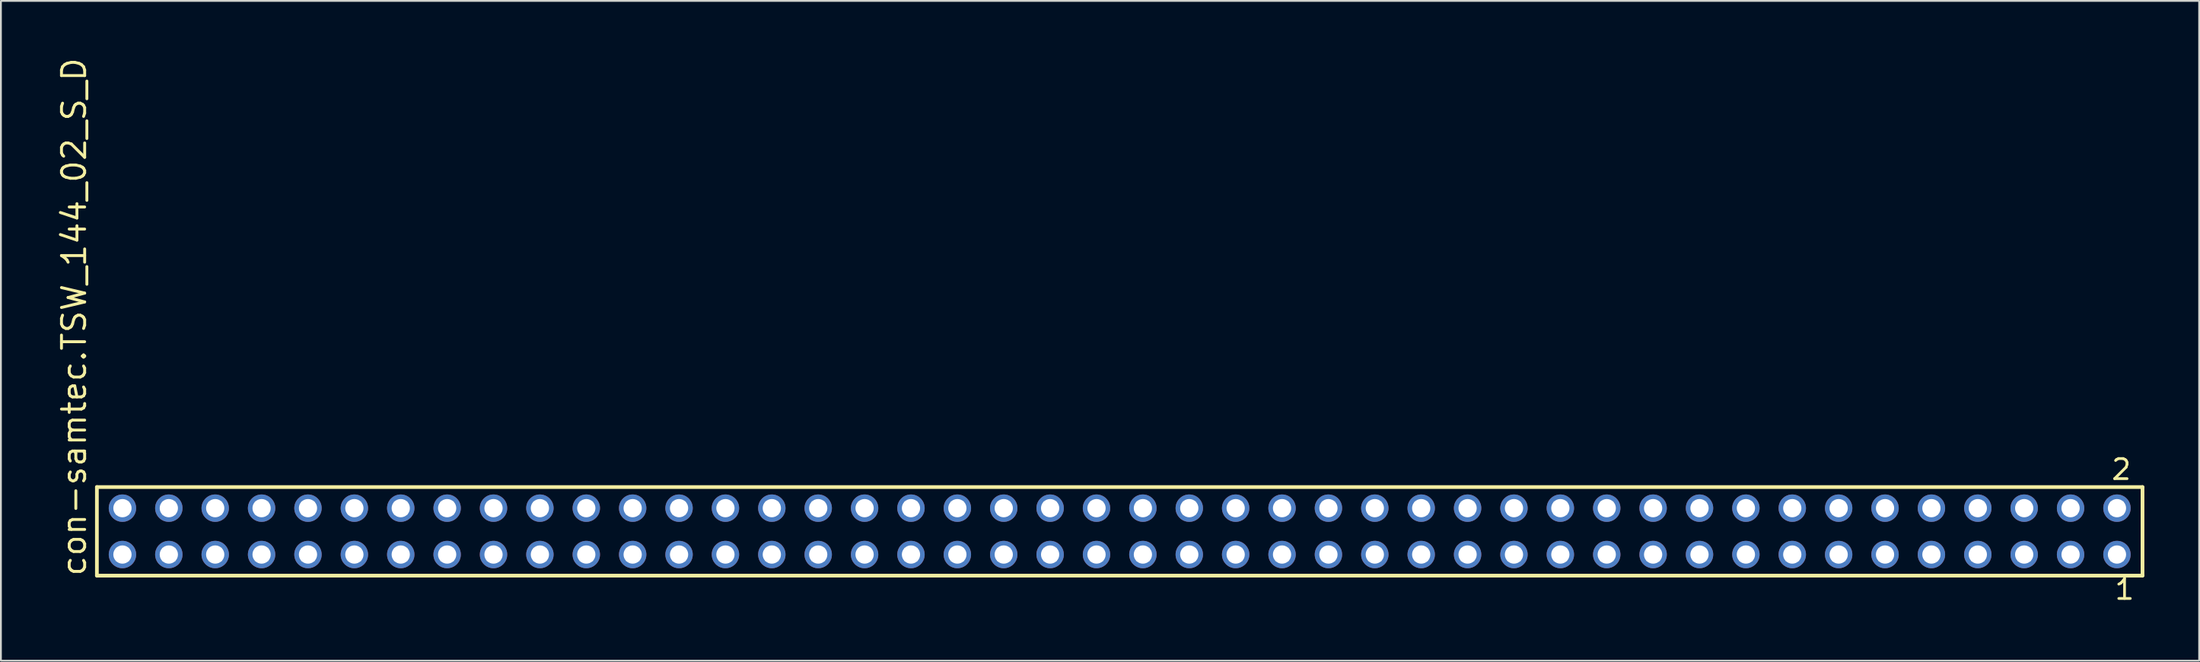
<source format=kicad_pcb>
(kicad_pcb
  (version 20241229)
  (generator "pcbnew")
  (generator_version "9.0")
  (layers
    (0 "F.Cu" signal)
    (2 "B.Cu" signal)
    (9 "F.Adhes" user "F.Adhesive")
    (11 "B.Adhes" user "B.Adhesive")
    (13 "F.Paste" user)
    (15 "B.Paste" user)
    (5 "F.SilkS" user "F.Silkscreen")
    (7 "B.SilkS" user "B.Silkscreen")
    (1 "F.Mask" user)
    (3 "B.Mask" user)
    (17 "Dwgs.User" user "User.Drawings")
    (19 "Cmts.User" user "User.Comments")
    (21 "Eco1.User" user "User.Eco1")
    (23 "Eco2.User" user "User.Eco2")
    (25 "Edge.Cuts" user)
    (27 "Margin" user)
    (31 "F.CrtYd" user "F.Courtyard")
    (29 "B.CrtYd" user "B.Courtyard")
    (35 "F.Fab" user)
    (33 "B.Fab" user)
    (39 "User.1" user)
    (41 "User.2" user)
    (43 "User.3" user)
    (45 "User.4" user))
  (footprint "con-samtec.TSW_144_02_S_D"
    (layer "F.Cu")
    (at 58.265 26.049)
    (property "Reference" "con-samtec.TSW_144_02_S_D" (at -56.515 2.54 90) (layer "F.SilkS") (effects (font (size 1.27 1.27) (thickness 0.16)) (justify left bottom)))
    (attr through_hole)
    (fp_line (start -56.009 -2.425) (end 56.009 -2.425) (stroke (width 0.203) (type default)) (layer "F.SilkS"))
    (fp_line (start -56.009 2.425) (end -56.009 -2.425) (stroke (width 0.203) (type default)) (layer "F.SilkS"))
    (fp_line (start 56.009 -2.425) (end 56.009 2.425) (stroke (width 0.203) (type default)) (layer "F.SilkS"))
    (fp_line (start 56.009 2.425) (end -56.009 2.425) (stroke (width 0.203) (type default)) (layer "F.SilkS"))
    (fp_rect (start -54.96 -0.92) (end -54.26 -1.62) (stroke (width 0.05) (type default)) (fill no) (layer "F.Fab"))
    (fp_rect (start -54.96 1.62) (end -54.26 0.92) (stroke (width 0.05) (type default)) (fill no) (layer "F.Fab"))
    (fp_rect (start -52.42 -0.92) (end -51.72 -1.62) (stroke (width 0.05) (type default)) (fill no) (layer "F.Fab"))
    (fp_rect (start -52.42 1.62) (end -51.72 0.92) (stroke (width 0.05) (type default)) (fill no) (layer "F.Fab"))
    (fp_rect (start -49.88 -0.92) (end -49.18 -1.62) (stroke (width 0.05) (type default)) (fill no) (layer "F.Fab"))
    (fp_rect (start -49.88 1.62) (end -49.18 0.92) (stroke (width 0.05) (type default)) (fill no) (layer "F.Fab"))
    (fp_rect (start -47.34 -0.92) (end -46.64 -1.62) (stroke (width 0.05) (type default)) (fill no) (layer "F.Fab"))
    (fp_rect (start -47.34 1.62) (end -46.64 0.92) (stroke (width 0.05) (type default)) (fill no) (layer "F.Fab"))
    (fp_rect (start -44.8 -0.92) (end -44.1 -1.62) (stroke (width 0.05) (type default)) (fill no) (layer "F.Fab"))
    (fp_rect (start -44.8 1.62) (end -44.1 0.92) (stroke (width 0.05) (type default)) (fill no) (layer "F.Fab"))
    (fp_rect (start -42.26 -0.92) (end -41.56 -1.62) (stroke (width 0.05) (type default)) (fill no) (layer "F.Fab"))
    (fp_rect (start -42.26 1.62) (end -41.56 0.92) (stroke (width 0.05) (type default)) (fill no) (layer "F.Fab"))
    (fp_rect (start -39.72 -0.92) (end -39.02 -1.62) (stroke (width 0.05) (type default)) (fill no) (layer "F.Fab"))
    (fp_rect (start -39.72 1.62) (end -39.02 0.92) (stroke (width 0.05) (type default)) (fill no) (layer "F.Fab"))
    (fp_rect (start -37.18 -0.92) (end -36.48 -1.62) (stroke (width 0.05) (type default)) (fill no) (layer "F.Fab"))
    (fp_rect (start -37.18 1.62) (end -36.48 0.92) (stroke (width 0.05) (type default)) (fill no) (layer "F.Fab"))
    (fp_rect (start -34.64 -0.92) (end -33.94 -1.62) (stroke (width 0.05) (type default)) (fill no) (layer "F.Fab"))
    (fp_rect (start -34.64 1.62) (end -33.94 0.92) (stroke (width 0.05) (type default)) (fill no) (layer "F.Fab"))
    (fp_rect (start -32.1 -0.92) (end -31.4 -1.62) (stroke (width 0.05) (type default)) (fill no) (layer "F.Fab"))
    (fp_rect (start -32.1 1.62) (end -31.4 0.92) (stroke (width 0.05) (type default)) (fill no) (layer "F.Fab"))
    (fp_rect (start -29.56 -0.92) (end -28.86 -1.62) (stroke (width 0.05) (type default)) (fill no) (layer "F.Fab"))
    (fp_rect (start -29.56 1.62) (end -28.86 0.92) (stroke (width 0.05) (type default)) (fill no) (layer "F.Fab"))
    (fp_rect (start -27.02 -0.92) (end -26.32 -1.62) (stroke (width 0.05) (type default)) (fill no) (layer "F.Fab"))
    (fp_rect (start -27.02 1.62) (end -26.32 0.92) (stroke (width 0.05) (type default)) (fill no) (layer "F.Fab"))
    (fp_rect (start -24.48 -0.92) (end -23.78 -1.62) (stroke (width 0.05) (type default)) (fill no) (layer "F.Fab"))
    (fp_rect (start -24.48 1.62) (end -23.78 0.92) (stroke (width 0.05) (type default)) (fill no) (layer "F.Fab"))
    (fp_rect (start -21.94 -0.92) (end -21.24 -1.62) (stroke (width 0.05) (type default)) (fill no) (layer "F.Fab"))
    (fp_rect (start -21.94 1.62) (end -21.24 0.92) (stroke (width 0.05) (type default)) (fill no) (layer "F.Fab"))
    (fp_rect (start -19.4 -0.92) (end -18.7 -1.62) (stroke (width 0.05) (type default)) (fill no) (layer "F.Fab"))
    (fp_rect (start -19.4 1.62) (end -18.7 0.92) (stroke (width 0.05) (type default)) (fill no) (layer "F.Fab"))
    (fp_rect (start -16.86 -0.92) (end -16.16 -1.62) (stroke (width 0.05) (type default)) (fill no) (layer "F.Fab"))
    (fp_rect (start -16.86 1.62) (end -16.16 0.92) (stroke (width 0.05) (type default)) (fill no) (layer "F.Fab"))
    (fp_rect (start -14.32 -0.92) (end -13.62 -1.62) (stroke (width 0.05) (type default)) (fill no) (layer "F.Fab"))
    (fp_rect (start -14.32 1.62) (end -13.62 0.92) (stroke (width 0.05) (type default)) (fill no) (layer "F.Fab"))
    (fp_rect (start -11.78 -0.92) (end -11.08 -1.62) (stroke (width 0.05) (type default)) (fill no) (layer "F.Fab"))
    (fp_rect (start -11.78 1.62) (end -11.08 0.92) (stroke (width 0.05) (type default)) (fill no) (layer "F.Fab"))
    (fp_rect (start -9.24 -0.92) (end -8.54 -1.62) (stroke (width 0.05) (type default)) (fill no) (layer "F.Fab"))
    (fp_rect (start -9.24 1.62) (end -8.54 0.92) (stroke (width 0.05) (type default)) (fill no) (layer "F.Fab"))
    (fp_rect (start -6.7 -0.92) (end -6 -1.62) (stroke (width 0.05) (type default)) (fill no) (layer "F.Fab"))
    (fp_rect (start -6.7 1.62) (end -6 0.92) (stroke (width 0.05) (type default)) (fill no) (layer "F.Fab"))
    (fp_rect (start -4.16 -0.92) (end -3.46 -1.62) (stroke (width 0.05) (type default)) (fill no) (layer "F.Fab"))
    (fp_rect (start -4.16 1.62) (end -3.46 0.92) (stroke (width 0.05) (type default)) (fill no) (layer "F.Fab"))
    (fp_rect (start -1.62 -0.92) (end -0.92 -1.62) (stroke (width 0.05) (type default)) (fill no) (layer "F.Fab"))
    (fp_rect (start -1.62 1.62) (end -0.92 0.92) (stroke (width 0.05) (type default)) (fill no) (layer "F.Fab"))
    (fp_rect (start 0.92 -0.92) (end 1.62 -1.62) (stroke (width 0.05) (type default)) (fill no) (layer "F.Fab"))
    (fp_rect (start 0.92 1.62) (end 1.62 0.92) (stroke (width 0.05) (type default)) (fill no) (layer "F.Fab"))
    (fp_rect (start 3.46 -0.92) (end 4.16 -1.62) (stroke (width 0.05) (type default)) (fill no) (layer "F.Fab"))
    (fp_rect (start 3.46 1.62) (end 4.16 0.92) (stroke (width 0.05) (type default)) (fill no) (layer "F.Fab"))
    (fp_rect (start 6 -0.92) (end 6.7 -1.62) (stroke (width 0.05) (type default)) (fill no) (layer "F.Fab"))
    (fp_rect (start 6 1.62) (end 6.7 0.92) (stroke (width 0.05) (type default)) (fill no) (layer "F.Fab"))
    (fp_rect (start 8.54 -0.92) (end 9.24 -1.62) (stroke (width 0.05) (type default)) (fill no) (layer "F.Fab"))
    (fp_rect (start 8.54 1.62) (end 9.24 0.92) (stroke (width 0.05) (type default)) (fill no) (layer "F.Fab"))
    (fp_rect (start 11.08 -0.92) (end 11.78 -1.62) (stroke (width 0.05) (type default)) (fill no) (layer "F.Fab"))
    (fp_rect (start 11.08 1.62) (end 11.78 0.92) (stroke (width 0.05) (type default)) (fill no) (layer "F.Fab"))
    (fp_rect (start 13.62 -0.92) (end 14.32 -1.62) (stroke (width 0.05) (type default)) (fill no) (layer "F.Fab"))
    (fp_rect (start 13.62 1.62) (end 14.32 0.92) (stroke (width 0.05) (type default)) (fill no) (layer "F.Fab"))
    (fp_rect (start 16.16 -0.92) (end 16.86 -1.62) (stroke (width 0.05) (type default)) (fill no) (layer "F.Fab"))
    (fp_rect (start 16.16 1.62) (end 16.86 0.92) (stroke (width 0.05) (type default)) (fill no) (layer "F.Fab"))
    (fp_rect (start 18.7 -0.92) (end 19.4 -1.62) (stroke (width 0.05) (type default)) (fill no) (layer "F.Fab"))
    (fp_rect (start 18.7 1.62) (end 19.4 0.92) (stroke (width 0.05) (type default)) (fill no) (layer "F.Fab"))
    (fp_rect (start 21.24 -0.92) (end 21.94 -1.62) (stroke (width 0.05) (type default)) (fill no) (layer "F.Fab"))
    (fp_rect (start 21.24 1.62) (end 21.94 0.92) (stroke (width 0.05) (type default)) (fill no) (layer "F.Fab"))
    (fp_rect (start 23.78 -0.92) (end 24.48 -1.62) (stroke (width 0.05) (type default)) (fill no) (layer "F.Fab"))
    (fp_rect (start 23.78 1.62) (end 24.48 0.92) (stroke (width 0.05) (type default)) (fill no) (layer "F.Fab"))
    (fp_rect (start 26.32 -0.92) (end 27.02 -1.62) (stroke (width 0.05) (type default)) (fill no) (layer "F.Fab"))
    (fp_rect (start 26.32 1.62) (end 27.02 0.92) (stroke (width 0.05) (type default)) (fill no) (layer "F.Fab"))
    (fp_rect (start 28.86 -0.92) (end 29.56 -1.62) (stroke (width 0.05) (type default)) (fill no) (layer "F.Fab"))
    (fp_rect (start 28.86 1.62) (end 29.56 0.92) (stroke (width 0.05) (type default)) (fill no) (layer "F.Fab"))
    (fp_rect (start 31.4 -0.92) (end 32.1 -1.62) (stroke (width 0.05) (type default)) (fill no) (layer "F.Fab"))
    (fp_rect (start 31.4 1.62) (end 32.1 0.92) (stroke (width 0.05) (type default)) (fill no) (layer "F.Fab"))
    (fp_rect (start 33.94 -0.92) (end 34.64 -1.62) (stroke (width 0.05) (type default)) (fill no) (layer "F.Fab"))
    (fp_rect (start 33.94 1.62) (end 34.64 0.92) (stroke (width 0.05) (type default)) (fill no) (layer "F.Fab"))
    (fp_rect (start 36.48 -0.92) (end 37.18 -1.62) (stroke (width 0.05) (type default)) (fill no) (layer "F.Fab"))
    (fp_rect (start 36.48 1.62) (end 37.18 0.92) (stroke (width 0.05) (type default)) (fill no) (layer "F.Fab"))
    (fp_rect (start 39.02 -0.92) (end 39.72 -1.62) (stroke (width 0.05) (type default)) (fill no) (layer "F.Fab"))
    (fp_rect (start 39.02 1.62) (end 39.72 0.92) (stroke (width 0.05) (type default)) (fill no) (layer "F.Fab"))
    (fp_rect (start 41.56 -0.92) (end 42.26 -1.62) (stroke (width 0.05) (type default)) (fill no) (layer "F.Fab"))
    (fp_rect (start 41.56 1.62) (end 42.26 0.92) (stroke (width 0.05) (type default)) (fill no) (layer "F.Fab"))
    (fp_rect (start 44.1 -0.92) (end 44.8 -1.62) (stroke (width 0.05) (type default)) (fill no) (layer "F.Fab"))
    (fp_rect (start 44.1 1.62) (end 44.8 0.92) (stroke (width 0.05) (type default)) (fill no) (layer "F.Fab"))
    (fp_rect (start 46.64 -0.92) (end 47.34 -1.62) (stroke (width 0.05) (type default)) (fill no) (layer "F.Fab"))
    (fp_rect (start 46.64 1.62) (end 47.34 0.92) (stroke (width 0.05) (type default)) (fill no) (layer "F.Fab"))
    (fp_rect (start 49.18 -0.92) (end 49.88 -1.62) (stroke (width 0.05) (type default)) (fill no) (layer "F.Fab"))
    (fp_rect (start 49.18 1.62) (end 49.88 0.92) (stroke (width 0.05) (type default)) (fill no) (layer "F.Fab"))
    (fp_rect (start 51.72 -0.92) (end 52.42 -1.62) (stroke (width 0.05) (type default)) (fill no) (layer "F.Fab"))
    (fp_rect (start 51.72 1.62) (end 52.42 0.92) (stroke (width 0.05) (type default)) (fill no) (layer "F.Fab"))
    (fp_rect (start 54.26 -0.92) (end 54.96 -1.62) (stroke (width 0.05) (type default)) (fill no) (layer "F.Fab"))
    (fp_rect (start 54.26 1.62) (end 54.96 0.92) (stroke (width 0.05) (type default)) (fill no) (layer "F.Fab"))
    (fp_text user "1" (at 54.402 3.818 0) (layer "F.SilkS") (effects (font (size 1.1 1.1) (thickness 0.15)) (justify left bottom)))
    (fp_text user "2" (at 54.227 -2.744 0) (layer "F.SilkS") (effects (font (size 1.1 1.1) (thickness 0.15)) (justify left bottom)))
    (pad "1" thru_hole circle (at 54.61 1.27 180) (size 1.5 1.5) (drill 1) (layers "*.Cu" "*.Mask"))
    (pad "2" thru_hole circle (at 54.61 -1.27 180) (size 1.5 1.5) (drill 1) (layers "*.Cu" "*.Mask"))
    (pad "3" thru_hole circle (at 52.07 1.27 180) (size 1.5 1.5) (drill 1) (layers "*.Cu" "*.Mask"))
    (pad "4" thru_hole circle (at 52.07 -1.27 180) (size 1.5 1.5) (drill 1) (layers "*.Cu" "*.Mask"))
    (pad "5" thru_hole circle (at 49.53 1.27 180) (size 1.5 1.5) (drill 1) (layers "*.Cu" "*.Mask"))
    (pad "6" thru_hole circle (at 49.53 -1.27 180) (size 1.5 1.5) (drill 1) (layers "*.Cu" "*.Mask"))
    (pad "7" thru_hole circle (at 46.99 1.27 180) (size 1.5 1.5) (drill 1) (layers "*.Cu" "*.Mask"))
    (pad "8" thru_hole circle (at 46.99 -1.27 180) (size 1.5 1.5) (drill 1) (layers "*.Cu" "*.Mask"))
    (pad "9" thru_hole circle (at 44.45 1.27 180) (size 1.5 1.5) (drill 1) (layers "*.Cu" "*.Mask"))
    (pad "10" thru_hole circle (at 44.45 -1.27 180) (size 1.5 1.5) (drill 1) (layers "*.Cu" "*.Mask"))
    (pad "11" thru_hole circle (at 41.91 1.27 180) (size 1.5 1.5) (drill 1) (layers "*.Cu" "*.Mask"))
    (pad "12" thru_hole circle (at 41.91 -1.27 180) (size 1.5 1.5) (drill 1) (layers "*.Cu" "*.Mask"))
    (pad "13" thru_hole circle (at 39.37 1.27 180) (size 1.5 1.5) (drill 1) (layers "*.Cu" "*.Mask"))
    (pad "14" thru_hole circle (at 39.37 -1.27 180) (size 1.5 1.5) (drill 1) (layers "*.Cu" "*.Mask"))
    (pad "15" thru_hole circle (at 36.83 1.27 180) (size 1.5 1.5) (drill 1) (layers "*.Cu" "*.Mask"))
    (pad "16" thru_hole circle (at 36.83 -1.27 180) (size 1.5 1.5) (drill 1) (layers "*.Cu" "*.Mask"))
    (pad "17" thru_hole circle (at 34.29 1.27 180) (size 1.5 1.5) (drill 1) (layers "*.Cu" "*.Mask"))
    (pad "18" thru_hole circle (at 34.29 -1.27 180) (size 1.5 1.5) (drill 1) (layers "*.Cu" "*.Mask"))
    (pad "19" thru_hole circle (at 31.75 1.27 180) (size 1.5 1.5) (drill 1) (layers "*.Cu" "*.Mask"))
    (pad "20" thru_hole circle (at 31.75 -1.27 180) (size 1.5 1.5) (drill 1) (layers "*.Cu" "*.Mask"))
    (pad "21" thru_hole circle (at 29.21 1.27 180) (size 1.5 1.5) (drill 1) (layers "*.Cu" "*.Mask"))
    (pad "22" thru_hole circle (at 29.21 -1.27 180) (size 1.5 1.5) (drill 1) (layers "*.Cu" "*.Mask"))
    (pad "23" thru_hole circle (at 26.67 1.27 180) (size 1.5 1.5) (drill 1) (layers "*.Cu" "*.Mask"))
    (pad "24" thru_hole circle (at 26.67 -1.27 180) (size 1.5 1.5) (drill 1) (layers "*.Cu" "*.Mask"))
    (pad "25" thru_hole circle (at 24.13 1.27 180) (size 1.5 1.5) (drill 1) (layers "*.Cu" "*.Mask"))
    (pad "26" thru_hole circle (at 24.13 -1.27 180) (size 1.5 1.5) (drill 1) (layers "*.Cu" "*.Mask"))
    (pad "27" thru_hole circle (at 21.59 1.27 180) (size 1.5 1.5) (drill 1) (layers "*.Cu" "*.Mask"))
    (pad "28" thru_hole circle (at 21.59 -1.27 180) (size 1.5 1.5) (drill 1) (layers "*.Cu" "*.Mask"))
    (pad "29" thru_hole circle (at 19.05 1.27 180) (size 1.5 1.5) (drill 1) (layers "*.Cu" "*.Mask"))
    (pad "30" thru_hole circle (at 19.05 -1.27 180) (size 1.5 1.5) (drill 1) (layers "*.Cu" "*.Mask"))
    (pad "31" thru_hole circle (at 16.51 1.27 180) (size 1.5 1.5) (drill 1) (layers "*.Cu" "*.Mask"))
    (pad "32" thru_hole circle (at 16.51 -1.27 180) (size 1.5 1.5) (drill 1) (layers "*.Cu" "*.Mask"))
    (pad "33" thru_hole circle (at 13.97 1.27 180) (size 1.5 1.5) (drill 1) (layers "*.Cu" "*.Mask"))
    (pad "34" thru_hole circle (at 13.97 -1.27 180) (size 1.5 1.5) (drill 1) (layers "*.Cu" "*.Mask"))
    (pad "35" thru_hole circle (at 11.43 1.27 180) (size 1.5 1.5) (drill 1) (layers "*.Cu" "*.Mask"))
    (pad "36" thru_hole circle (at 11.43 -1.27 180) (size 1.5 1.5) (drill 1) (layers "*.Cu" "*.Mask"))
    (pad "37" thru_hole circle (at 8.89 1.27 180) (size 1.5 1.5) (drill 1) (layers "*.Cu" "*.Mask"))
    (pad "38" thru_hole circle (at 8.89 -1.27 180) (size 1.5 1.5) (drill 1) (layers "*.Cu" "*.Mask"))
    (pad "39" thru_hole circle (at 6.35 1.27 180) (size 1.5 1.5) (drill 1) (layers "*.Cu" "*.Mask"))
    (pad "40" thru_hole circle (at 6.35 -1.27 180) (size 1.5 1.5) (drill 1) (layers "*.Cu" "*.Mask"))
    (pad "41" thru_hole circle (at 3.81 1.27 180) (size 1.5 1.5) (drill 1) (layers "*.Cu" "*.Mask"))
    (pad "42" thru_hole circle (at 3.81 -1.27 180) (size 1.5 1.5) (drill 1) (layers "*.Cu" "*.Mask"))
    (pad "43" thru_hole circle (at 1.27 1.27 180) (size 1.5 1.5) (drill 1) (layers "*.Cu" "*.Mask"))
    (pad "44" thru_hole circle (at 1.27 -1.27 180) (size 1.5 1.5) (drill 1) (layers "*.Cu" "*.Mask"))
    (pad "45" thru_hole circle (at -1.27 1.27 180) (size 1.5 1.5) (drill 1) (layers "*.Cu" "*.Mask"))
    (pad "46" thru_hole circle (at -1.27 -1.27 180) (size 1.5 1.5) (drill 1) (layers "*.Cu" "*.Mask"))
    (pad "47" thru_hole circle (at -3.81 1.27 180) (size 1.5 1.5) (drill 1) (layers "*.Cu" "*.Mask"))
    (pad "48" thru_hole circle (at -3.81 -1.27 180) (size 1.5 1.5) (drill 1) (layers "*.Cu" "*.Mask"))
    (pad "49" thru_hole circle (at -6.35 1.27 180) (size 1.5 1.5) (drill 1) (layers "*.Cu" "*.Mask"))
    (pad "50" thru_hole circle (at -6.35 -1.27 180) (size 1.5 1.5) (drill 1) (layers "*.Cu" "*.Mask"))
    (pad "51" thru_hole circle (at -8.89 1.27 180) (size 1.5 1.5) (drill 1) (layers "*.Cu" "*.Mask"))
    (pad "52" thru_hole circle (at -8.89 -1.27 180) (size 1.5 1.5) (drill 1) (layers "*.Cu" "*.Mask"))
    (pad "53" thru_hole circle (at -11.43 1.27 180) (size 1.5 1.5) (drill 1) (layers "*.Cu" "*.Mask"))
    (pad "54" thru_hole circle (at -11.43 -1.27 180) (size 1.5 1.5) (drill 1) (layers "*.Cu" "*.Mask"))
    (pad "55" thru_hole circle (at -13.97 1.27 180) (size 1.5 1.5) (drill 1) (layers "*.Cu" "*.Mask"))
    (pad "56" thru_hole circle (at -13.97 -1.27 180) (size 1.5 1.5) (drill 1) (layers "*.Cu" "*.Mask"))
    (pad "57" thru_hole circle (at -16.51 1.27 180) (size 1.5 1.5) (drill 1) (layers "*.Cu" "*.Mask"))
    (pad "58" thru_hole circle (at -16.51 -1.27 180) (size 1.5 1.5) (drill 1) (layers "*.Cu" "*.Mask"))
    (pad "59" thru_hole circle (at -19.05 1.27 180) (size 1.5 1.5) (drill 1) (layers "*.Cu" "*.Mask"))
    (pad "60" thru_hole circle (at -19.05 -1.27 180) (size 1.5 1.5) (drill 1) (layers "*.Cu" "*.Mask"))
    (pad "61" thru_hole circle (at -21.59 1.27 180) (size 1.5 1.5) (drill 1) (layers "*.Cu" "*.Mask"))
    (pad "62" thru_hole circle (at -21.59 -1.27 180) (size 1.5 1.5) (drill 1) (layers "*.Cu" "*.Mask"))
    (pad "63" thru_hole circle (at -24.13 1.27 180) (size 1.5 1.5) (drill 1) (layers "*.Cu" "*.Mask"))
    (pad "64" thru_hole circle (at -24.13 -1.27 180) (size 1.5 1.5) (drill 1) (layers "*.Cu" "*.Mask"))
    (pad "65" thru_hole circle (at -26.67 1.27 180) (size 1.5 1.5) (drill 1) (layers "*.Cu" "*.Mask"))
    (pad "66" thru_hole circle (at -26.67 -1.27 180) (size 1.5 1.5) (drill 1) (layers "*.Cu" "*.Mask"))
    (pad "67" thru_hole circle (at -29.21 1.27 180) (size 1.5 1.5) (drill 1) (layers "*.Cu" "*.Mask"))
    (pad "68" thru_hole circle (at -29.21 -1.27 180) (size 1.5 1.5) (drill 1) (layers "*.Cu" "*.Mask"))
    (pad "69" thru_hole circle (at -31.75 1.27 180) (size 1.5 1.5) (drill 1) (layers "*.Cu" "*.Mask"))
    (pad "70" thru_hole circle (at -31.75 -1.27 180) (size 1.5 1.5) (drill 1) (layers "*.Cu" "*.Mask"))
    (pad "71" thru_hole circle (at -34.29 1.27 180) (size 1.5 1.5) (drill 1) (layers "*.Cu" "*.Mask"))
    (pad "72" thru_hole circle (at -34.29 -1.27 180) (size 1.5 1.5) (drill 1) (layers "*.Cu" "*.Mask"))
    (pad "73" thru_hole circle (at -36.83 1.27 180) (size 1.5 1.5) (drill 1) (layers "*.Cu" "*.Mask"))
    (pad "74" thru_hole circle (at -36.83 -1.27 180) (size 1.5 1.5) (drill 1) (layers "*.Cu" "*.Mask"))
    (pad "75" thru_hole circle (at -39.37 1.27 180) (size 1.5 1.5) (drill 1) (layers "*.Cu" "*.Mask"))
    (pad "76" thru_hole circle (at -39.37 -1.27 180) (size 1.5 1.5) (drill 1) (layers "*.Cu" "*.Mask"))
    (pad "77" thru_hole circle (at -41.91 1.27 180) (size 1.5 1.5) (drill 1) (layers "*.Cu" "*.Mask"))
    (pad "78" thru_hole circle (at -41.91 -1.27 180) (size 1.5 1.5) (drill 1) (layers "*.Cu" "*.Mask"))
    (pad "79" thru_hole circle (at -44.45 1.27 180) (size 1.5 1.5) (drill 1) (layers "*.Cu" "*.Mask"))
    (pad "80" thru_hole circle (at -44.45 -1.27 180) (size 1.5 1.5) (drill 1) (layers "*.Cu" "*.Mask"))
    (pad "81" thru_hole circle (at -46.99 1.27 180) (size 1.5 1.5) (drill 1) (layers "*.Cu" "*.Mask"))
    (pad "82" thru_hole circle (at -46.99 -1.27 180) (size 1.5 1.5) (drill 1) (layers "*.Cu" "*.Mask"))
    (pad "83" thru_hole circle (at -49.53 1.27 180) (size 1.5 1.5) (drill 1) (layers "*.Cu" "*.Mask"))
    (pad "84" thru_hole circle (at -49.53 -1.27 180) (size 1.5 1.5) (drill 1) (layers "*.Cu" "*.Mask"))
    (pad "85" thru_hole circle (at -52.07 1.27 180) (size 1.5 1.5) (drill 1) (layers "*.Cu" "*.Mask"))
    (pad "86" thru_hole circle (at -52.07 -1.27 180) (size 1.5 1.5) (drill 1) (layers "*.Cu" "*.Mask"))
    (pad "87" thru_hole circle (at -54.61 1.27 180) (size 1.5 1.5) (drill 1) (layers "*.Cu" "*.Mask"))
    (pad "88" thru_hole circle (at -54.61 -1.27 180) (size 1.5 1.5) (drill 1) (layers "*.Cu" "*.Mask")))
  (gr_rect
    (start -3 -3)
    (end 117.376 33.131)
    (stroke (width 0.1) (type default))
    (fill no)
    (layer "Edge.Cuts")))
</source>
